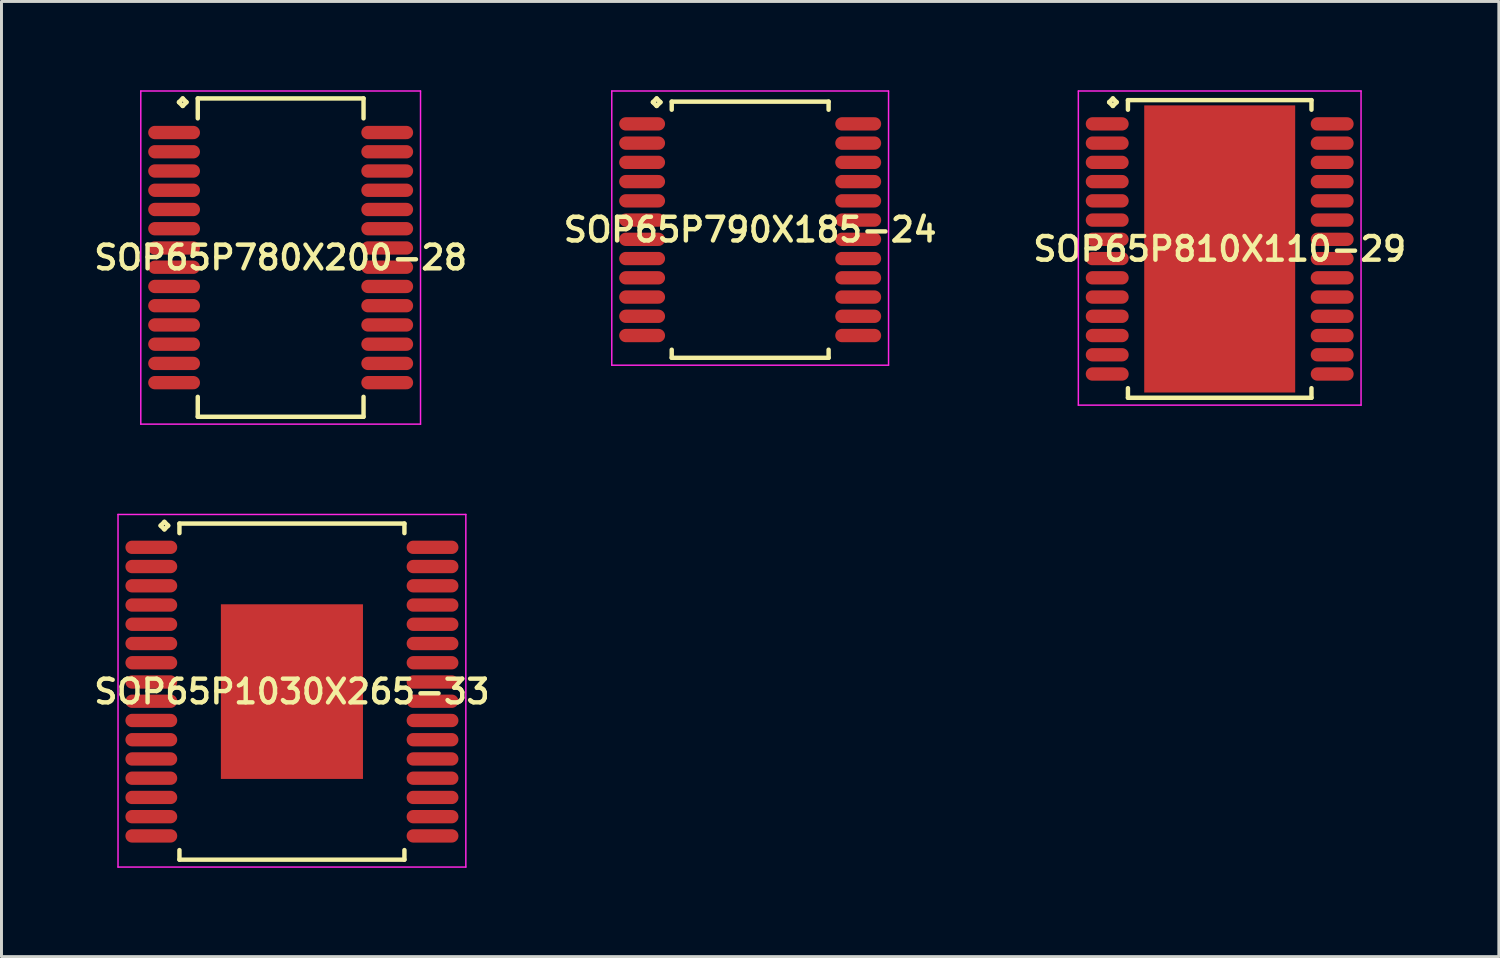
<source format=kicad_pcb>
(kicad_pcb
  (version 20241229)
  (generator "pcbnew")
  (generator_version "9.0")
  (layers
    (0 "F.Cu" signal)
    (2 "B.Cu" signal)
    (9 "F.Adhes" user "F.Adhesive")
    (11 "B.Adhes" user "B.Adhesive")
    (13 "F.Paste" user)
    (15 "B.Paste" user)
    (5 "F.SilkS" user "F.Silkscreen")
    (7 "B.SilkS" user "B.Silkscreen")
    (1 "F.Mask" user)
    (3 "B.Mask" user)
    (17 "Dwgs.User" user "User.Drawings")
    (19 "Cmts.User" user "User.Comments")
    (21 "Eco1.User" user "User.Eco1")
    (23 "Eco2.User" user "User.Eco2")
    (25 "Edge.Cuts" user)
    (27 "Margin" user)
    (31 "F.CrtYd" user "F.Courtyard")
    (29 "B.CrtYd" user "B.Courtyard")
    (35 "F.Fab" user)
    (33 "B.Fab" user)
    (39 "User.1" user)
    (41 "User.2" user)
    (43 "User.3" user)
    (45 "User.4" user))
  (footprint "SOP65P780X200-28"
    (layer "F.Cu")
    (at 6.431 5.652)
    (property "Reference" "SOP65P780X200-28" (at 0 0 0) (layer "F.SilkS") (effects (font (size 0.8 0.8) (thickness 0.15))))
    (attr smd)
    (fp_line (start -3.435 -5.25) (end -3.308 -5.377) (stroke (width 0.15) (type solid)) (layer "F.SilkS"))
    (fp_line (start -3.308 -5.377) (end -3.181 -5.25) (stroke (width 0.15) (type solid)) (layer "F.SilkS"))
    (fp_line (start -3.308 -5.123) (end -3.435 -5.25) (stroke (width 0.15) (type solid)) (layer "F.SilkS"))
    (fp_line (start -3.181 -5.25) (end -3.308 -5.123) (stroke (width 0.15) (type solid)) (layer "F.SilkS"))
    (fp_line (start -2.8 -5.377) (end 2.8 -5.377) (stroke (width 0.15) (type solid)) (layer "F.SilkS"))
    (fp_line (start -2.8 -4.704) (end -2.8 -5.377) (stroke (width 0.15) (type solid)) (layer "F.SilkS"))
    (fp_line (start -2.8 4.704) (end -2.8 5.377) (stroke (width 0.15) (type solid)) (layer "F.SilkS"))
    (fp_line (start -2.8 5.377) (end 2.8 5.377) (stroke (width 0.15) (type solid)) (layer "F.SilkS"))
    (fp_line (start 2.8 -5.377) (end 2.8 -4.704) (stroke (width 0.15) (type solid)) (layer "F.SilkS"))
    (fp_line (start 2.8 5.377) (end 2.8 4.704) (stroke (width 0.15) (type solid)) (layer "F.SilkS"))
    (fp_line (start -4.725 -5.627) (end 4.725 -5.627) (stroke (width 0.05) (type solid)) (layer "F.CrtYd"))
    (fp_line (start -4.725 5.627) (end -4.725 -5.627) (stroke (width 0.05) (type solid)) (layer "F.CrtYd"))
    (fp_line (start 4.725 -5.627) (end 4.725 5.627) (stroke (width 0.05) (type solid)) (layer "F.CrtYd"))
    (fp_line (start 4.725 5.627) (end -4.725 5.627) (stroke (width 0.05) (type solid)) (layer "F.CrtYd"))
    (pad "1" smd oval (at -3.6 -4.225) (size 1.75 0.45) (layers "F.Cu" "F.Mask" "F.Paste"))
    (pad "2" smd oval (at -3.6 -3.575) (size 1.75 0.45) (layers "F.Cu" "F.Mask" "F.Paste"))
    (pad "3" smd oval (at -3.6 -2.925) (size 1.75 0.45) (layers "F.Cu" "F.Mask" "F.Paste"))
    (pad "4" smd oval (at -3.6 -2.275) (size 1.75 0.45) (layers "F.Cu" "F.Mask" "F.Paste"))
    (pad "5" smd oval (at -3.6 -1.625) (size 1.75 0.45) (layers "F.Cu" "F.Mask" "F.Paste"))
    (pad "6" smd oval (at -3.6 -0.975) (size 1.75 0.45) (layers "F.Cu" "F.Mask" "F.Paste"))
    (pad "7" smd oval (at -3.6 -0.325) (size 1.75 0.45) (layers "F.Cu" "F.Mask" "F.Paste"))
    (pad "8" smd oval (at -3.6 0.325) (size 1.75 0.45) (layers "F.Cu" "F.Mask" "F.Paste"))
    (pad "9" smd oval (at -3.6 0.975) (size 1.75 0.45) (layers "F.Cu" "F.Mask" "F.Paste"))
    (pad "10" smd oval (at -3.6 1.625) (size 1.75 0.45) (layers "F.Cu" "F.Mask" "F.Paste"))
    (pad "11" smd oval (at -3.6 2.275) (size 1.75 0.45) (layers "F.Cu" "F.Mask" "F.Paste"))
    (pad "12" smd oval (at -3.6 2.925) (size 1.75 0.45) (layers "F.Cu" "F.Mask" "F.Paste"))
    (pad "13" smd oval (at -3.6 3.575) (size 1.75 0.45) (layers "F.Cu" "F.Mask" "F.Paste"))
    (pad "14" smd oval (at -3.6 4.225) (size 1.75 0.45) (layers "F.Cu" "F.Mask" "F.Paste"))
    (pad "15" smd oval (at 3.6 4.225) (size 1.75 0.45) (layers "F.Cu" "F.Mask" "F.Paste"))
    (pad "16" smd oval (at 3.6 3.575) (size 1.75 0.45) (layers "F.Cu" "F.Mask" "F.Paste"))
    (pad "17" smd oval (at 3.6 2.925) (size 1.75 0.45) (layers "F.Cu" "F.Mask" "F.Paste"))
    (pad "18" smd oval (at 3.6 2.275) (size 1.75 0.45) (layers "F.Cu" "F.Mask" "F.Paste"))
    (pad "19" smd oval (at 3.6 1.625) (size 1.75 0.45) (layers "F.Cu" "F.Mask" "F.Paste"))
    (pad "20" smd oval (at 3.6 0.975) (size 1.75 0.45) (layers "F.Cu" "F.Mask" "F.Paste"))
    (pad "21" smd oval (at 3.6 0.325) (size 1.75 0.45) (layers "F.Cu" "F.Mask" "F.Paste"))
    (pad "22" smd oval (at 3.6 -0.325) (size 1.75 0.45) (layers "F.Cu" "F.Mask" "F.Paste"))
    (pad "23" smd oval (at 3.6 -0.975) (size 1.75 0.45) (layers "F.Cu" "F.Mask" "F.Paste"))
    (pad "24" smd oval (at 3.6 -1.625) (size 1.75 0.45) (layers "F.Cu" "F.Mask" "F.Paste"))
    (pad "25" smd oval (at 3.6 -2.275) (size 1.75 0.45) (layers "F.Cu" "F.Mask" "F.Paste"))
    (pad "26" smd oval (at 3.6 -2.925) (size 1.75 0.45) (layers "F.Cu" "F.Mask" "F.Paste"))
    (pad "27" smd oval (at 3.6 -3.575) (size 1.75 0.45) (layers "F.Cu" "F.Mask" "F.Paste"))
    (pad "28" smd oval (at 3.6 -4.225) (size 1.75 0.45) (layers "F.Cu" "F.Mask" "F.Paste")))
  (footprint "SOP65P790X185-24"
    (layer "F.Cu")
    (at 22.292 4.71)
    (property "Reference" "SOP65P790X185-24" (at 0 0 0) (layer "F.SilkS") (effects (font (size 0.8 0.8) (thickness 0.15))))
    (attr smd)
    (fp_line (start -3.285 -4.308) (end -3.158 -4.435) (stroke (width 0.15) (type solid)) (layer "F.SilkS"))
    (fp_line (start -3.158 -4.435) (end -3.031 -4.308) (stroke (width 0.15) (type solid)) (layer "F.SilkS"))
    (fp_line (start -3.158 -4.181) (end -3.285 -4.308) (stroke (width 0.15) (type solid)) (layer "F.SilkS"))
    (fp_line (start -3.031 -4.308) (end -3.158 -4.181) (stroke (width 0.15) (type solid)) (layer "F.SilkS"))
    (fp_line (start -2.65 -4.327) (end 2.65 -4.327) (stroke (width 0.15) (type solid)) (layer "F.SilkS"))
    (fp_line (start -2.65 -4.054) (end -2.65 -4.327) (stroke (width 0.15) (type solid)) (layer "F.SilkS"))
    (fp_line (start -2.65 4.054) (end -2.65 4.327) (stroke (width 0.15) (type solid)) (layer "F.SilkS"))
    (fp_line (start -2.65 4.327) (end 2.65 4.327) (stroke (width 0.15) (type solid)) (layer "F.SilkS"))
    (fp_line (start 2.65 -4.327) (end 2.65 -4.054) (stroke (width 0.15) (type solid)) (layer "F.SilkS"))
    (fp_line (start 2.65 4.327) (end 2.65 4.054) (stroke (width 0.15) (type solid)) (layer "F.SilkS"))
    (fp_line (start -4.675 -4.685) (end 4.675 -4.685) (stroke (width 0.05) (type solid)) (layer "F.CrtYd"))
    (fp_line (start -4.675 4.577) (end -4.675 -4.685) (stroke (width 0.05) (type solid)) (layer "F.CrtYd"))
    (fp_line (start 4.675 -4.685) (end 4.675 4.577) (stroke (width 0.05) (type solid)) (layer "F.CrtYd"))
    (fp_line (start 4.675 4.577) (end -4.675 4.577) (stroke (width 0.05) (type solid)) (layer "F.CrtYd"))
    (pad "1" smd oval (at -3.65 -3.575) (size 1.55 0.45) (layers "F.Cu" "F.Mask" "F.Paste"))
    (pad "2" smd oval (at -3.65 -2.925) (size 1.55 0.45) (layers "F.Cu" "F.Mask" "F.Paste"))
    (pad "3" smd oval (at -3.65 -2.275) (size 1.55 0.45) (layers "F.Cu" "F.Mask" "F.Paste"))
    (pad "4" smd oval (at -3.65 -1.625) (size 1.55 0.45) (layers "F.Cu" "F.Mask" "F.Paste"))
    (pad "5" smd oval (at -3.65 -0.975) (size 1.55 0.45) (layers "F.Cu" "F.Mask" "F.Paste"))
    (pad "6" smd oval (at -3.65 -0.325) (size 1.55 0.45) (layers "F.Cu" "F.Mask" "F.Paste"))
    (pad "7" smd oval (at -3.65 0.325) (size 1.55 0.45) (layers "F.Cu" "F.Mask" "F.Paste"))
    (pad "8" smd oval (at -3.65 0.975) (size 1.55 0.45) (layers "F.Cu" "F.Mask" "F.Paste"))
    (pad "9" smd oval (at -3.65 1.625) (size 1.55 0.45) (layers "F.Cu" "F.Mask" "F.Paste"))
    (pad "10" smd oval (at -3.65 2.275) (size 1.55 0.45) (layers "F.Cu" "F.Mask" "F.Paste"))
    (pad "11" smd oval (at -3.65 2.925) (size 1.55 0.45) (layers "F.Cu" "F.Mask" "F.Paste"))
    (pad "12" smd oval (at -3.65 3.575) (size 1.55 0.45) (layers "F.Cu" "F.Mask" "F.Paste"))
    (pad "13" smd oval (at 3.65 3.575) (size 1.55 0.45) (layers "F.Cu" "F.Mask" "F.Paste"))
    (pad "14" smd oval (at 3.65 2.925) (size 1.55 0.45) (layers "F.Cu" "F.Mask" "F.Paste"))
    (pad "15" smd oval (at 3.65 2.275) (size 1.55 0.45) (layers "F.Cu" "F.Mask" "F.Paste"))
    (pad "16" smd oval (at 3.65 1.625) (size 1.55 0.45) (layers "F.Cu" "F.Mask" "F.Paste"))
    (pad "17" smd oval (at 3.65 0.975) (size 1.55 0.45) (layers "F.Cu" "F.Mask" "F.Paste"))
    (pad "18" smd oval (at 3.65 0.325) (size 1.55 0.45) (layers "F.Cu" "F.Mask" "F.Paste"))
    (pad "19" smd oval (at 3.65 -0.325) (size 1.55 0.45) (layers "F.Cu" "F.Mask" "F.Paste"))
    (pad "20" smd oval (at 3.65 -0.975) (size 1.55 0.45) (layers "F.Cu" "F.Mask" "F.Paste"))
    (pad "21" smd oval (at 3.65 -1.625) (size 1.55 0.45) (layers "F.Cu" "F.Mask" "F.Paste"))
    (pad "22" smd oval (at 3.65 -2.275) (size 1.55 0.45) (layers "F.Cu" "F.Mask" "F.Paste"))
    (pad "23" smd oval (at 3.65 -2.925) (size 1.55 0.45) (layers "F.Cu" "F.Mask" "F.Paste"))
    (pad "24" smd oval (at 3.65 -3.575) (size 1.55 0.45) (layers "F.Cu" "F.Mask" "F.Paste")))
  (footprint "SOP65P1030X265-33"
    (layer "F.Cu")
    (at 6.812 20.314)
    (property "Reference" "SOP65P1030X265-33" (at 0 0 0) (layer "F.SilkS") (effects (font (size 0.8 0.8) (thickness 0.15))))
    (attr smd)
    (fp_line (start -4.435 -5.608) (end -4.308 -5.735) (stroke (width 0.15) (type solid)) (layer "F.SilkS"))
    (fp_line (start -4.308 -5.735) (end -4.181 -5.608) (stroke (width 0.15) (type solid)) (layer "F.SilkS"))
    (fp_line (start -4.308 -5.481) (end -4.435 -5.608) (stroke (width 0.15) (type solid)) (layer "F.SilkS"))
    (fp_line (start -4.181 -5.608) (end -4.308 -5.481) (stroke (width 0.15) (type solid)) (layer "F.SilkS"))
    (fp_line (start -3.8 -5.677) (end 3.8 -5.677) (stroke (width 0.15) (type solid)) (layer "F.SilkS"))
    (fp_line (start -3.8 -5.354) (end -3.8 -5.677) (stroke (width 0.15) (type solid)) (layer "F.SilkS"))
    (fp_line (start -3.8 5.354) (end -3.8 5.677) (stroke (width 0.15) (type solid)) (layer "F.SilkS"))
    (fp_line (start -3.8 5.677) (end 3.8 5.677) (stroke (width 0.15) (type solid)) (layer "F.SilkS"))
    (fp_line (start 3.8 -5.677) (end 3.8 -5.354) (stroke (width 0.15) (type solid)) (layer "F.SilkS"))
    (fp_line (start 3.8 5.677) (end 3.8 5.354) (stroke (width 0.15) (type solid)) (layer "F.SilkS"))
    (fp_line (start -5.875 -5.985) (end 5.875 -5.985) (stroke (width 0.05) (type solid)) (layer "F.CrtYd"))
    (fp_line (start -5.875 5.927) (end -5.875 -5.985) (stroke (width 0.05) (type solid)) (layer "F.CrtYd"))
    (fp_line (start 5.875 -5.985) (end 5.875 5.927) (stroke (width 0.05) (type solid)) (layer "F.CrtYd"))
    (fp_line (start 5.875 5.927) (end -5.875 5.927) (stroke (width 0.05) (type solid)) (layer "F.CrtYd"))
    (pad "1" smd oval (at -4.75 -4.875) (size 1.75 0.45) (layers "F.Cu" "F.Mask" "F.Paste"))
    (pad "2" smd oval (at -4.75 -4.225) (size 1.75 0.45) (layers "F.Cu" "F.Mask" "F.Paste"))
    (pad "3" smd oval (at -4.75 -3.575) (size 1.75 0.45) (layers "F.Cu" "F.Mask" "F.Paste"))
    (pad "4" smd oval (at -4.75 -2.925) (size 1.75 0.45) (layers "F.Cu" "F.Mask" "F.Paste"))
    (pad "5" smd oval (at -4.75 -2.275) (size 1.75 0.45) (layers "F.Cu" "F.Mask" "F.Paste"))
    (pad "6" smd oval (at -4.75 -1.625) (size 1.75 0.45) (layers "F.Cu" "F.Mask" "F.Paste"))
    (pad "7" smd oval (at -4.75 -0.975) (size 1.75 0.45) (layers "F.Cu" "F.Mask" "F.Paste"))
    (pad "8" smd oval (at -4.75 -0.325) (size 1.75 0.45) (layers "F.Cu" "F.Mask" "F.Paste"))
    (pad "9" smd oval (at -4.75 0.325) (size 1.75 0.45) (layers "F.Cu" "F.Mask" "F.Paste"))
    (pad "10" smd oval (at -4.75 0.975) (size 1.75 0.45) (layers "F.Cu" "F.Mask" "F.Paste"))
    (pad "11" smd oval (at -4.75 1.625) (size 1.75 0.45) (layers "F.Cu" "F.Mask" "F.Paste"))
    (pad "12" smd oval (at -4.75 2.275) (size 1.75 0.45) (layers "F.Cu" "F.Mask" "F.Paste"))
    (pad "13" smd oval (at -4.75 2.925) (size 1.75 0.45) (layers "F.Cu" "F.Mask" "F.Paste"))
    (pad "14" smd oval (at -4.75 3.575) (size 1.75 0.45) (layers "F.Cu" "F.Mask" "F.Paste"))
    (pad "15" smd oval (at -4.75 4.225) (size 1.75 0.45) (layers "F.Cu" "F.Mask" "F.Paste"))
    (pad "16" smd oval (at -4.75 4.875) (size 1.75 0.45) (layers "F.Cu" "F.Mask" "F.Paste"))
    (pad "17" smd oval (at 4.75 4.875) (size 1.75 0.45) (layers "F.Cu" "F.Mask" "F.Paste"))
    (pad "18" smd oval (at 4.75 4.225) (size 1.75 0.45) (layers "F.Cu" "F.Mask" "F.Paste"))
    (pad "19" smd oval (at 4.75 3.575) (size 1.75 0.45) (layers "F.Cu" "F.Mask" "F.Paste"))
    (pad "20" smd oval (at 4.75 2.925) (size 1.75 0.45) (layers "F.Cu" "F.Mask" "F.Paste"))
    (pad "21" smd oval (at 4.75 2.275) (size 1.75 0.45) (layers "F.Cu" "F.Mask" "F.Paste"))
    (pad "22" smd oval (at 4.75 1.625) (size 1.75 0.45) (layers "F.Cu" "F.Mask" "F.Paste"))
    (pad "23" smd oval (at 4.75 0.975) (size 1.75 0.45) (layers "F.Cu" "F.Mask" "F.Paste"))
    (pad "24" smd oval (at 4.75 0.325) (size 1.75 0.45) (layers "F.Cu" "F.Mask" "F.Paste"))
    (pad "25" smd oval (at 4.75 -0.325) (size 1.75 0.45) (layers "F.Cu" "F.Mask" "F.Paste"))
    (pad "26" smd oval (at 4.75 -0.975) (size 1.75 0.45) (layers "F.Cu" "F.Mask" "F.Paste"))
    (pad "27" smd oval (at 4.75 -1.625) (size 1.75 0.45) (layers "F.Cu" "F.Mask" "F.Paste"))
    (pad "28" smd oval (at 4.75 -2.275) (size 1.75 0.45) (layers "F.Cu" "F.Mask" "F.Paste"))
    (pad "29" smd oval (at 4.75 -2.925) (size 1.75 0.45) (layers "F.Cu" "F.Mask" "F.Paste"))
    (pad "30" smd oval (at 4.75 -3.575) (size 1.75 0.45) (layers "F.Cu" "F.Mask" "F.Paste"))
    (pad "31" smd oval (at 4.75 -4.225) (size 1.75 0.45) (layers "F.Cu" "F.Mask" "F.Paste"))
    (pad "32" smd oval (at 4.75 -4.875) (size 1.75 0.45) (layers "F.Cu" "F.Mask" "F.Paste"))
    (pad "33" smd rect (at 0 0) (size 4.8 5.9) (layers "F.Cu" "F.Mask" "F.Paste")))
  (footprint "SOP65P810X110-29"
    (layer "F.Cu")
    (at 38.154 5.36)
    (property "Reference" "SOP65P810X110-29" (at 0 0 0) (layer "F.SilkS") (effects (font (size 0.8 0.8) (thickness 0.15))))
    (attr smd)
    (fp_line (start -3.735 -4.958) (end -3.608 -5.085) (stroke (width 0.15) (type solid)) (layer "F.SilkS"))
    (fp_line (start -3.608 -5.085) (end -3.481 -4.958) (stroke (width 0.15) (type solid)) (layer "F.SilkS"))
    (fp_line (start -3.608 -4.831) (end -3.735 -4.958) (stroke (width 0.15) (type solid)) (layer "F.SilkS"))
    (fp_line (start -3.481 -4.958) (end -3.608 -4.831) (stroke (width 0.15) (type solid)) (layer "F.SilkS"))
    (fp_line (start -3.1 -5.027) (end 3.1 -5.027) (stroke (width 0.15) (type solid)) (layer "F.SilkS"))
    (fp_line (start -3.1 -4.704) (end -3.1 -5.027) (stroke (width 0.15) (type solid)) (layer "F.SilkS"))
    (fp_line (start -3.1 4.704) (end -3.1 5.027) (stroke (width 0.15) (type solid)) (layer "F.SilkS"))
    (fp_line (start -3.1 5.027) (end 3.1 5.027) (stroke (width 0.15) (type solid)) (layer "F.SilkS"))
    (fp_line (start 3.1 -5.027) (end 3.1 -4.704) (stroke (width 0.15) (type solid)) (layer "F.SilkS"))
    (fp_line (start 3.1 5.027) (end 3.1 4.704) (stroke (width 0.15) (type solid)) (layer "F.SilkS"))
    (fp_line (start -4.775 -5.335) (end 4.775 -5.335) (stroke (width 0.05) (type solid)) (layer "F.CrtYd"))
    (fp_line (start -4.775 5.277) (end -4.775 -5.335) (stroke (width 0.05) (type solid)) (layer "F.CrtYd"))
    (fp_line (start 4.775 -5.335) (end 4.775 5.277) (stroke (width 0.05) (type solid)) (layer "F.CrtYd"))
    (fp_line (start 4.775 5.277) (end -4.775 5.277) (stroke (width 0.05) (type solid)) (layer "F.CrtYd"))
    (pad "1" smd oval (at -3.8 -4.225) (size 1.45 0.45) (layers "F.Cu" "F.Mask" "F.Paste"))
    (pad "2" smd oval (at -3.8 -3.575) (size 1.45 0.45) (layers "F.Cu" "F.Mask" "F.Paste"))
    (pad "3" smd oval (at -3.8 -2.925) (size 1.45 0.45) (layers "F.Cu" "F.Mask" "F.Paste"))
    (pad "4" smd oval (at -3.8 -2.275) (size 1.45 0.45) (layers "F.Cu" "F.Mask" "F.Paste"))
    (pad "5" smd oval (at -3.8 -1.625) (size 1.45 0.45) (layers "F.Cu" "F.Mask" "F.Paste"))
    (pad "6" smd oval (at -3.8 -0.975) (size 1.45 0.45) (layers "F.Cu" "F.Mask" "F.Paste"))
    (pad "7" smd oval (at -3.8 -0.325) (size 1.45 0.45) (layers "F.Cu" "F.Mask" "F.Paste"))
    (pad "8" smd oval (at -3.8 0.325) (size 1.45 0.45) (layers "F.Cu" "F.Mask" "F.Paste"))
    (pad "9" smd oval (at -3.8 0.975) (size 1.45 0.45) (layers "F.Cu" "F.Mask" "F.Paste"))
    (pad "10" smd oval (at -3.8 1.625) (size 1.45 0.45) (layers "F.Cu" "F.Mask" "F.Paste"))
    (pad "11" smd oval (at -3.8 2.275) (size 1.45 0.45) (layers "F.Cu" "F.Mask" "F.Paste"))
    (pad "12" smd oval (at -3.8 2.925) (size 1.45 0.45) (layers "F.Cu" "F.Mask" "F.Paste"))
    (pad "13" smd oval (at -3.8 3.575) (size 1.45 0.45) (layers "F.Cu" "F.Mask" "F.Paste"))
    (pad "14" smd oval (at -3.8 4.225) (size 1.45 0.45) (layers "F.Cu" "F.Mask" "F.Paste"))
    (pad "15" smd oval (at 3.8 4.225) (size 1.45 0.45) (layers "F.Cu" "F.Mask" "F.Paste"))
    (pad "16" smd oval (at 3.8 3.575) (size 1.45 0.45) (layers "F.Cu" "F.Mask" "F.Paste"))
    (pad "17" smd oval (at 3.8 2.925) (size 1.45 0.45) (layers "F.Cu" "F.Mask" "F.Paste"))
    (pad "18" smd oval (at 3.8 2.275) (size 1.45 0.45) (layers "F.Cu" "F.Mask" "F.Paste"))
    (pad "19" smd oval (at 3.8 1.625) (size 1.45 0.45) (layers "F.Cu" "F.Mask" "F.Paste"))
    (pad "20" smd oval (at 3.8 0.975) (size 1.45 0.45) (layers "F.Cu" "F.Mask" "F.Paste"))
    (pad "21" smd oval (at 3.8 0.325) (size 1.45 0.45) (layers "F.Cu" "F.Mask" "F.Paste"))
    (pad "22" smd oval (at 3.8 -0.325) (size 1.45 0.45) (layers "F.Cu" "F.Mask" "F.Paste"))
    (pad "23" smd oval (at 3.8 -0.975) (size 1.45 0.45) (layers "F.Cu" "F.Mask" "F.Paste"))
    (pad "24" smd oval (at 3.8 -1.625) (size 1.45 0.45) (layers "F.Cu" "F.Mask" "F.Paste"))
    (pad "25" smd oval (at 3.8 -2.275) (size 1.45 0.45) (layers "F.Cu" "F.Mask" "F.Paste"))
    (pad "26" smd oval (at 3.8 -2.925) (size 1.45 0.45) (layers "F.Cu" "F.Mask" "F.Paste"))
    (pad "27" smd oval (at 3.8 -3.575) (size 1.45 0.45) (layers "F.Cu" "F.Mask" "F.Paste"))
    (pad "28" smd oval (at 3.8 -4.225) (size 1.45 0.45) (layers "F.Cu" "F.Mask" "F.Paste"))
    (pad "29" smd rect (at 0 0) (size 5.1 9.7) (layers "F.Cu" "F.Mask" "F.Paste")))
  (gr_rect
    (start -3 -3)
    (end 47.584 29.266)
    (stroke (width 0.1) (type default))
    (fill no)
    (layer "Edge.Cuts")))
</source>
